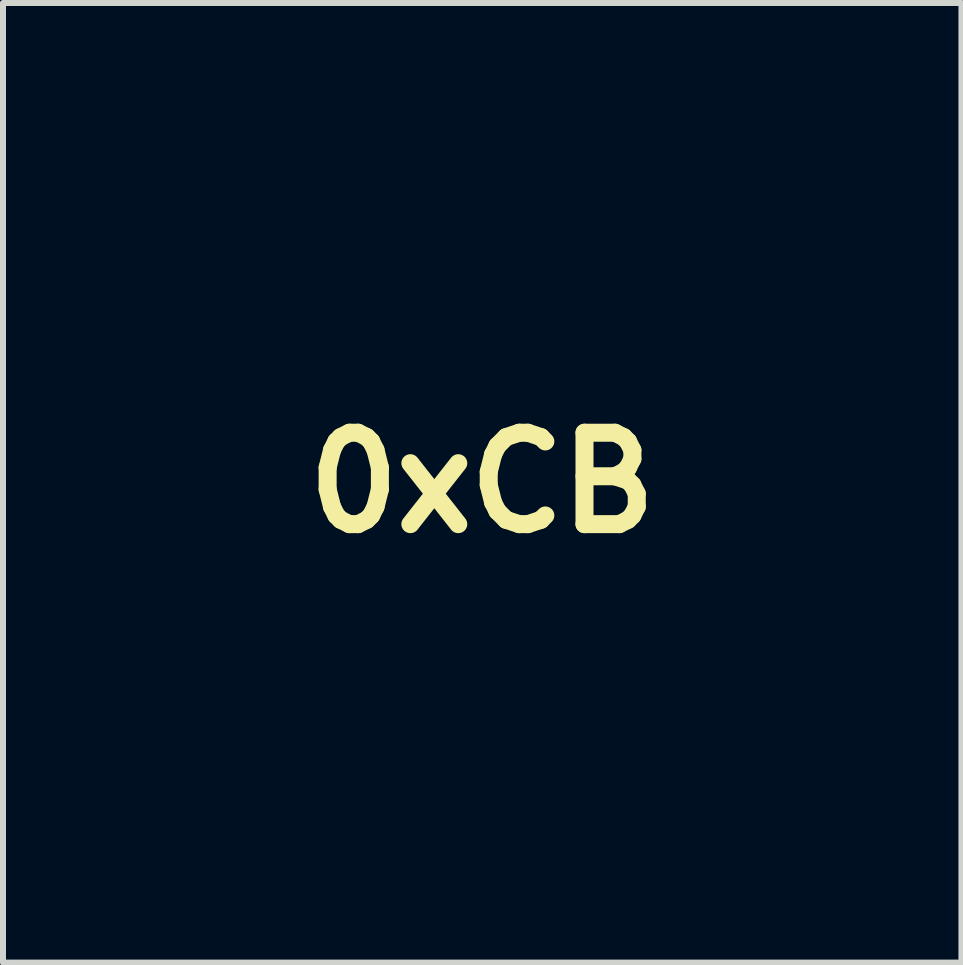
<source format=kicad_pcb>
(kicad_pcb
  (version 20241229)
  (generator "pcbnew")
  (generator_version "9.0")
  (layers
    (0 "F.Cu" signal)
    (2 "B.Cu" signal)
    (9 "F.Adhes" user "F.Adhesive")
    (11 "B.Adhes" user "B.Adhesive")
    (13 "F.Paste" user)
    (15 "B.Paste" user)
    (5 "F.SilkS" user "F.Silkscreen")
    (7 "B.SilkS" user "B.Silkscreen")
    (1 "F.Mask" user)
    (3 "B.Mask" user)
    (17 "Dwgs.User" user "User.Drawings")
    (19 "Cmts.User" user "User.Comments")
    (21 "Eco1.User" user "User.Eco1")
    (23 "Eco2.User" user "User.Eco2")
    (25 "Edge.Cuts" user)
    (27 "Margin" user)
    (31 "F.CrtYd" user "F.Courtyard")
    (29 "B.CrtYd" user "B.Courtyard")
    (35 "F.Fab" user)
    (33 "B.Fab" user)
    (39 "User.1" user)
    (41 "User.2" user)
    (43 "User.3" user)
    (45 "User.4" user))
  (footprint "0xCB"
    (layer "F.Cu")
    (at 4.988 4.998)
    (property "Reference" "0xCB" (at 0 0 0) (layer "F.SilkS") (effects (font (size 1.524 1.524) (thickness 0.3))))
    (attr board_only exclude_from_pos_files exclude_from_bom)
    (fp_poly (pts (xy 1.555 1.043) (xy 1.21 1.206) (xy 1.133 1.242) (xy 1.061 1.276) (xy 0.997 1.306) (xy 0.943 1.331) (xy 0.9 1.351) (xy 0.871 1.364) (xy 0.858 1.369) (xy 0.858 1.369) (xy 0.856 1.36) (xy 0.855 1.332) (xy 0.853 1.288) (xy 0.852 1.23) (xy 0.851 1.159) (xy 0.851 1.078) (xy 0.85 0.988) (xy 0.85 0.892) (xy 0.85 0.87) (xy 0.85 0.37) (xy 1.56 0.37)) (stroke (width 0) (type solid)) (fill yes) (layer "F.Mask"))
    (fp_poly (pts (xy 0.868 -1.175) (xy 0.88 -1.17) (xy 0.909 -1.157) (xy 0.952 -1.137) (xy 1.006 -1.112) (xy 1.07 -1.083) (xy 1.142 -1.05) (xy 1.219 -1.014) (xy 1.222 -1.013) (xy 1.56 -0.857) (xy 1.56 -0.19) (xy 0.85 -0.19) (xy 0.85 -0.686) (xy 0.85 -0.798) (xy 0.85 -0.893) (xy 0.85 -0.97) (xy 0.851 -1.032) (xy 0.852 -1.08) (xy 0.853 -1.117) (xy 0.854 -1.143) (xy 0.856 -1.16) (xy 0.859 -1.171) (xy 0.862 -1.175) (xy 0.865 -1.176)) (stroke (width 0) (type solid)) (fill yes) (layer "F.Mask"))
    (fp_poly (pts (xy -2.623 -4.998) (xy -2.56 -4.989) (xy -2.503 -4.97) (xy -2.444 -4.938) (xy -2.433 -4.931) (xy -2.367 -4.878) (xy -2.312 -4.81) (xy -2.272 -4.734) (xy -2.263 -4.711) (xy -2.241 -4.645) (xy -1.603 -4.64) (xy -1.467 -4.639) (xy -1.35 -4.638) (xy -1.25 -4.636) (xy -1.167 -4.635) (xy -1.098 -4.633) (xy -1.044 -4.632) (xy -1.003 -4.63) (xy -0.973 -4.628) (xy -0.954 -4.625) (xy -0.943 -4.623) (xy -0.943 -4.622) (xy -0.934 -4.617) (xy -0.926 -4.613) (xy -0.92 -4.607) (xy -0.914 -4.599) (xy -0.909 -4.588) (xy -0.905 -4.572) (xy -0.901 -4.55) (xy -0.898 -4.521) (xy -0.896 -4.484) (xy -0.894 -4.437) (xy -0.892 -4.38) (xy -0.891 -4.312) (xy -0.891 -4.23) (xy -0.89 -4.134) (xy -0.89 -4.023) (xy -0.89 -3.895) (xy -0.89 -3.749) (xy -0.89 -3.597) (xy -0.89 -2.643) (xy -0.782 -2.696) (xy -0.662 -2.749) (xy -0.543 -2.785) (xy -0.418 -2.808) (xy -0.39 -2.811) (xy -0.32 -2.817) (xy -0.257 -2.816) (xy -0.196 -2.809) (xy -0.129 -2.794) (xy -0.057 -2.774) (xy 0.028 -2.747) (xy 0.092 -2.773) (xy 0.193 -2.804) (xy 0.297 -2.819) (xy 0.406 -2.816) (xy 0.52 -2.797) (xy 0.641 -2.76) (xy 0.77 -2.705) (xy 0.803 -2.689) (xy 0.847 -2.667) (xy 0.885 -2.649) (xy 0.912 -2.636) (xy 0.925 -2.63) (xy 0.926 -2.63) (xy 0.926 -2.64) (xy 0.927 -2.668) (xy 0.927 -2.714) (xy 0.928 -2.775) (xy 0.928 -2.852) (xy 0.929 -2.941) (xy 0.929 -3.042) (xy 0.93 -3.153) (xy 0.93 -3.274) (xy 0.93 -3.402) (xy 0.93 -3.537) (xy 0.93 -3.589) (xy 0.93 -3.768) (xy 0.93 -3.928) (xy 0.931 -4.069) (xy 0.931 -4.192) (xy 0.932 -4.296) (xy 0.933 -4.384) (xy 0.935 -4.455) (xy 0.936 -4.509) (xy 0.938 -4.548) (xy 0.939 -4.565) (xy 2.441 -4.565) (xy 2.447 -4.5) (xy 2.468 -4.44) (xy 2.501 -4.388) (xy 2.545 -4.344) (xy 2.597 -4.312) (xy 2.655 -4.293) (xy 2.717 -4.289) (xy 2.781 -4.303) (xy 2.8 -4.311) (xy 2.86 -4.347) (xy 2.907 -4.396) (xy 2.94 -4.453) (xy 2.957 -4.516) (xy 2.958 -4.581) (xy 2.941 -4.645) (xy 2.939 -4.65) (xy 2.901 -4.712) (xy 2.85 -4.76) (xy 2.79 -4.792) (xy 2.723 -4.808) (xy 2.651 -4.806) (xy 2.616 -4.798) (xy 2.579 -4.78) (xy 2.539 -4.749) (xy 2.501 -4.711) (xy 2.471 -4.671) (xy 2.452 -4.635) (xy 2.452 -4.634) (xy 2.441 -4.565) (xy 0.939 -4.565) (xy 0.94 -4.571) (xy 0.941 -4.579) (xy 0.955 -4.605) (xy 0.974 -4.623) (xy 0.974 -4.623) (xy 0.983 -4.625) (xy 1.004 -4.628) (xy 1.036 -4.63) (xy 1.081 -4.632) (xy 1.14 -4.634) (xy 1.213 -4.635) (xy 1.303 -4.637) (xy 1.409 -4.638) (xy 1.534 -4.639) (xy 1.634 -4.64) (xy 2.272 -4.645) (xy 2.29 -4.702) (xy 2.325 -4.786) (xy 2.376 -4.857) (xy 2.443 -4.917) (xy 2.52 -4.963) (xy 2.548 -4.977) (xy 2.572 -4.986) (xy 2.597 -4.991) (xy 2.627 -4.994) (xy 2.669 -4.995) (xy 2.705 -4.995) (xy 2.756 -4.995) (xy 2.794 -4.993) (xy 2.821 -4.99) (xy 2.845 -4.983) (xy 2.871 -4.972) (xy 2.893 -4.962) (xy 2.971 -4.913) (xy 3.037 -4.848) (xy 3.09 -4.769) (xy 3.099 -4.751) (xy 3.115 -4.715) (xy 3.126 -4.687) (xy 3.132 -4.661) (xy 3.134 -4.628) (xy 3.135 -4.584) (xy 3.135 -4.57) (xy 3.131 -4.495) (xy 3.12 -4.434) (xy 3.1 -4.38) (xy 3.068 -4.326) (xy 3.052 -4.305) (xy 2.99 -4.239) (xy 2.919 -4.188) (xy 2.842 -4.154) (xy 2.761 -4.136) (xy 2.679 -4.133) (xy 2.598 -4.145) (xy 2.52 -4.173) (xy 2.448 -4.215) (xy 2.384 -4.272) (xy 2.331 -4.343) (xy 2.309 -4.385) (xy 2.278 -4.45) (xy 1.12 -4.45) (xy 1.122 -3.478) (xy 1.125 -2.505) (xy 1.715 -2.163) (xy 1.816 -2.104) (xy 1.914 -2.047) (xy 2.006 -1.993) (xy 2.092 -1.943) (xy 2.168 -1.897) (xy 2.235 -1.858) (xy 2.29 -1.825) (xy 2.331 -1.8) (xy 2.358 -1.783) (xy 2.365 -1.778) (xy 2.475 -1.689) (xy 2.572 -1.585) (xy 2.654 -1.468) (xy 2.722 -1.339) (xy 2.736 -1.306) (xy 2.768 -1.225) (xy 3.559 -1.222) (xy 4.35 -1.22) (xy 4.35 -2.378) (xy 4.285 -2.408) (xy 4.209 -2.454) (xy 4.145 -2.514) (xy 4.094 -2.586) (xy 4.058 -2.665) (xy 4.038 -2.75) (xy 4.036 -2.804) (xy 4.191 -2.804) (xy 4.199 -2.735) (xy 4.223 -2.672) (xy 4.262 -2.618) (xy 4.312 -2.576) (xy 4.372 -2.547) (xy 4.437 -2.534) (xy 4.474 -2.535) (xy 4.512 -2.542) (xy 4.555 -2.556) (xy 4.578 -2.566) (xy 4.635 -2.605) (xy 4.678 -2.656) (xy 4.707 -2.719) (xy 4.718 -2.789) (xy 4.718 -2.8) (xy 4.709 -2.873) (xy 4.683 -2.937) (xy 4.64 -2.991) (xy 4.582 -3.032) (xy 4.574 -3.036) (xy 4.506 -3.059) (xy 4.439 -3.064) (xy 4.375 -3.053) (xy 4.316 -3.026) (xy 4.266 -2.987) (xy 4.226 -2.935) (xy 4.2 -2.873) (xy 4.191 -2.804) (xy 4.036 -2.804) (xy 4.036 -2.837) (xy 4.04 -2.87) (xy 4.063 -2.959) (xy 4.101 -3.036) (xy 4.152 -3.101) (xy 4.212 -3.154) (xy 4.28 -3.194) (xy 4.353 -3.222) (xy 4.431 -3.236) (xy 4.509 -3.237) (xy 4.587 -3.224) (xy 4.661 -3.197) (xy 4.731 -3.155) (xy 4.793 -3.098) (xy 4.846 -3.026) (xy 4.861 -2.998) (xy 4.893 -2.914) (xy 4.907 -2.827) (xy 4.903 -2.742) (xy 4.883 -2.659) (xy 4.848 -2.582) (xy 4.798 -2.513) (xy 4.735 -2.455) (xy 4.659 -2.409) (xy 4.614 -2.391) (xy 4.555 -2.371) (xy 4.55 -1.731) (xy 4.545 -1.09) (xy 4.49 -1.035) (xy 2.815 -1.03) (xy 2.812 -0.61) (xy 2.809 -0.19) (xy 3.465 -0.192) (xy 4.121 -0.195) (xy 4.138 -0.245) (xy 4.177 -0.33) (xy 4.229 -0.403) (xy 4.294 -0.462) (xy 4.368 -0.507) (xy 4.449 -0.536) (xy 4.536 -0.548) (xy 4.621 -0.542) (xy 4.711 -0.517) (xy 4.792 -0.476) (xy 4.861 -0.421) (xy 4.918 -0.353) (xy 4.959 -0.274) (xy 4.975 -0.225) (xy 4.989 -0.134) (xy 4.984 -0.045) (xy 4.962 0.039) (xy 4.925 0.117) (xy 4.873 0.185) (xy 4.808 0.243) (xy 4.731 0.287) (xy 4.644 0.316) (xy 4.62 0.32) (xy 4.532 0.325) (xy 4.446 0.312) (xy 4.365 0.281) (xy 4.29 0.236) (xy 4.225 0.176) (xy 4.174 0.105) (xy 4.158 0.075) (xy 4.128 0.01) (xy 3.471 0.01) (xy 2.813 0.01) (xy 2.807 0.182) (xy 2.805 0.249) (xy 2.803 0.329) (xy 2.801 0.415) (xy 2.8 0.501) (xy 2.8 0.572) (xy 2.8 0.79) (xy 4.49 0.795) (xy 4.545 0.85) (xy 4.555 2.161) (xy 4.614 2.181) (xy 4.696 2.219) (xy 4.766 2.271) (xy 4.824 2.336) (xy 4.868 2.411) (xy 4.897 2.493) (xy 4.908 2.58) (xy 4.902 2.66) (xy 4.878 2.749) (xy 4.839 2.827) (xy 4.787 2.893) (xy 4.725 2.947) (xy 4.654 2.988) (xy 4.578 3.015) (xy 4.498 3.028) (xy 4.416 3.026) (xy 4.335 3.008) (xy 4.257 2.974) (xy 4.184 2.922) (xy 4.161 2.9) (xy 4.105 2.831) (xy 4.065 2.754) (xy 4.042 2.672) (xy 4.036 2.589) (xy 4.037 2.576) (xy 4.201 2.576) (xy 4.207 2.643) (xy 4.229 2.705) (xy 4.265 2.759) (xy 4.313 2.803) (xy 4.371 2.834) (xy 4.437 2.849) (xy 4.46 2.85) (xy 4.516 2.843) (xy 4.56 2.829) (xy 4.62 2.793) (xy 4.667 2.744) (xy 4.7 2.687) (xy 4.717 2.624) (xy 4.718 2.559) (xy 4.701 2.495) (xy 4.699 2.49) (xy 4.661 2.428) (xy 4.61 2.38) (xy 4.55 2.348) (xy 4.483 2.332) (xy 4.411 2.334) (xy 4.376 2.342) (xy 4.339 2.36) (xy 4.299 2.391) (xy 4.261 2.429) (xy 4.231 2.469) (xy 4.212 2.505) (xy 4.212 2.506) (xy 4.201 2.576) (xy 4.037 2.576) (xy 4.045 2.506) (xy 4.069 2.426) (xy 4.108 2.351) (xy 4.162 2.285) (xy 4.23 2.23) (xy 4.277 2.203) (xy 4.35 2.167) (xy 4.35 0.99) (xy 2.803 0.99) (xy 2.797 1.133) (xy 2.786 1.268) (xy 2.766 1.389) (xy 2.736 1.498) (xy 2.695 1.597) (xy 2.664 1.655) (xy 2.624 1.713) (xy 2.572 1.776) (xy 2.514 1.837) (xy 2.453 1.892) (xy 2.397 1.936) (xy 2.396 1.936) (xy 2.377 1.948) (xy 2.343 1.968) (xy 2.295 1.997) (xy 2.234 2.033) (xy 2.162 2.076) (xy 2.08 2.124) (xy 1.991 2.176) (xy 1.896 2.232) (xy 1.796 2.29) (xy 1.736 2.325) (xy 1.135 2.675) (xy 1.132 3.513) (xy 1.13 4.35) (xy 1.705 4.35) (xy 1.827 4.35) (xy 1.931 4.35) (xy 2.017 4.35) (xy 2.088 4.349) (xy 2.146 4.348) (xy 2.191 4.348) (xy 2.225 4.346) (xy 2.249 4.345) (xy 2.266 4.343) (xy 2.277 4.34) (xy 2.283 4.337) (xy 2.286 4.334) (xy 2.286 4.332) (xy 2.308 4.278) (xy 2.339 4.222) (xy 2.374 4.171) (xy 2.4 4.14) (xy 2.47 4.083) (xy 2.547 4.044) (xy 2.628 4.021) (xy 2.711 4.014) (xy 2.793 4.023) (xy 2.872 4.046) (xy 2.946 4.085) (xy 3.012 4.137) (xy 3.068 4.202) (xy 3.111 4.281) (xy 3.122 4.308) (xy 3.137 4.372) (xy 3.143 4.446) (xy 3.138 4.52) (xy 3.124 4.586) (xy 3.122 4.592) (xy 3.082 4.675) (xy 3.029 4.745) (xy 2.964 4.803) (xy 2.89 4.846) (xy 2.809 4.875) (xy 2.724 4.887) (xy 2.637 4.881) (xy 2.557 4.86) (xy 2.473 4.818) (xy 2.402 4.76) (xy 2.344 4.688) (xy 2.304 4.612) (xy 2.281 4.555) (xy 1.636 4.55) (xy 0.99 4.545) (xy 0.963 4.517) (xy 0.935 4.49) (xy 0.935 4.471) (xy 2.445 4.471) (xy 2.457 4.536) (xy 2.483 4.594) (xy 2.523 4.644) (xy 2.575 4.683) (xy 2.637 4.709) (xy 2.707 4.718) (xy 2.71 4.718) (xy 2.748 4.716) (xy 2.783 4.711) (xy 2.797 4.707) (xy 2.861 4.673) (xy 2.912 4.626) (xy 2.95 4.567) (xy 2.971 4.501) (xy 2.975 4.455) (xy 2.966 4.384) (xy 2.939 4.321) (xy 2.899 4.268) (xy 2.845 4.227) (xy 2.782 4.201) (xy 2.711 4.192) (xy 2.71 4.192) (xy 2.637 4.201) (xy 2.573 4.227) (xy 2.519 4.27) (xy 2.478 4.328) (xy 2.474 4.336) (xy 2.451 4.404) (xy 2.445 4.471) (xy 0.935 4.471) (xy 0.925 2.793) (xy 0.84 2.844) (xy 0.747 2.892) (xy 0.646 2.931) (xy 0.539 2.961) (xy 0.432 2.981) (xy 0.326 2.99) (xy 0.228 2.988) (xy 0.139 2.973) (xy 0.113 2.966) (xy 0.09 2.959) (xy 0.09 3.545) (xy 0.09 3.668) (xy 0.09 3.773) (xy 0.09 3.86) (xy 0.091 3.933) (xy 0.091 3.991) (xy 0.092 4.037) (xy 0.094 4.072) (xy 0.095 4.097) (xy 0.097 4.115) (xy 0.1 4.126) (xy 0.103 4.133) (xy 0.106 4.136) (xy 0.107 4.136) (xy 0.196 4.175) (xy 0.272 4.228) (xy 0.335 4.294) (xy 0.383 4.371) (xy 0.414 4.457) (xy 0.423 4.502) (xy 0.426 4.59) (xy 0.411 4.676) (xy 0.379 4.756) (xy 0.332 4.828) (xy 0.273 4.89) (xy 0.201 4.94) (xy 0.121 4.975) (xy 0.059 4.989) (xy 0.02 4.995) (xy -0.007 4.998) (xy -0.031 4.997) (xy -0.06 4.993) (xy -0.08 4.99) (xy -0.168 4.965) (xy -0.247 4.924) (xy -0.315 4.87) (xy -0.371 4.804) (xy -0.412 4.729) (xy -0.439 4.648) (xy -0.448 4.561) (xy -0.445 4.536) (xy -0.259 4.536) (xy -0.253 4.603) (xy -0.231 4.665) (xy -0.195 4.719) (xy -0.147 4.763) (xy -0.089 4.794) (xy -0.023 4.809) (xy 0 4.81) (xy 0.056 4.803) (xy 0.1 4.789) (xy 0.16 4.753) (xy 0.207 4.704) (xy 0.24 4.647) (xy 0.257 4.584) (xy 0.258 4.519) (xy 0.241 4.455) (xy 0.239 4.45) (xy 0.201 4.388) (xy 0.15 4.34) (xy 0.09 4.308) (xy 0.023 4.292) (xy -0.049 4.294) (xy -0.084 4.302) (xy -0.121 4.32) (xy -0.161 4.351) (xy -0.199 4.389) (xy -0.229 4.429) (xy -0.248 4.465) (xy -0.248 4.466) (xy -0.259 4.536) (xy -0.445 4.536) (xy -0.442 4.493) (xy -0.417 4.403) (xy -0.375 4.322) (xy -0.318 4.252) (xy -0.247 4.193) (xy -0.163 4.149) (xy -0.128 4.136) (xy -0.124 4.134) (xy -0.121 4.129) (xy -0.118 4.12) (xy -0.116 4.105) (xy -0.114 4.082) (xy -0.113 4.051) (xy -0.112 4.009) (xy -0.111 3.956) (xy -0.111 3.888) (xy -0.11 3.806) (xy -0.11 3.708) (xy -0.11 3.591) (xy -0.11 3.556) (xy -0.11 2.982) (xy -0.16 2.998) (xy -0.211 3.007) (xy -0.276 3.007) (xy -0.351 3) (xy -0.434 2.985) (xy -0.521 2.963) (xy -0.609 2.936) (xy -0.685 2.906) (xy -0.733 2.885) (xy -0.779 2.862) (xy -0.818 2.842) (xy -0.835 2.832) (xy -0.885 2.801) (xy -0.895 4.49) (xy -0.923 4.517) (xy -0.95 4.545) (xy -2.261 4.555) (xy -2.278 4.605) (xy -2.317 4.69) (xy -2.369 4.762) (xy -2.433 4.822) (xy -2.508 4.867) (xy -2.589 4.896) (xy -2.676 4.908) (xy -2.76 4.902) (xy -2.849 4.878) (xy -2.927 4.839) (xy -2.993 4.787) (xy -3.048 4.725) (xy -3.089 4.654) (xy -3.116 4.578) (xy -3.129 4.498) (xy -3.128 4.471) (xy -2.955 4.471) (xy -2.943 4.536) (xy -2.917 4.594) (xy -2.877 4.644) (xy -2.825 4.683) (xy -2.763 4.709) (xy -2.693 4.718) (xy -2.69 4.718) (xy -2.652 4.716) (xy -2.617 4.711) (xy -2.603 4.707) (xy -2.539 4.673) (xy -2.488 4.627) (xy -2.451 4.571) (xy -2.43 4.507) (xy -2.426 4.44) (xy -2.44 4.371) (xy -2.454 4.336) (xy -2.494 4.277) (xy -2.546 4.232) (xy -2.609 4.203) (xy -2.68 4.192) (xy -2.69 4.192) (xy -2.763 4.201) (xy -2.827 4.227) (xy -2.881 4.27) (xy -2.922 4.328) (xy -2.926 4.336) (xy -2.949 4.404) (xy -2.955 4.471) (xy -3.128 4.471) (xy -3.127 4.416) (xy -3.109 4.335) (xy -3.074 4.257) (xy -3.022 4.184) (xy -3 4.161) (xy -2.931 4.105) (xy -2.854 4.065) (xy -2.772 4.042) (xy -2.689 4.036) (xy -2.606 4.045) (xy -2.526 4.069) (xy -2.451 4.108) (xy -2.385 4.162) (xy -2.33 4.23) (xy -2.303 4.277) (xy -2.267 4.35) (xy -1.08 4.35) (xy -1.082 3.518) (xy -1.085 2.686) (xy -1.696 2.345) (xy -1.8 2.288) (xy -1.9 2.232) (xy -1.994 2.179) (xy -2.081 2.13) (xy -2.16 2.085) (xy -2.229 2.046) (xy -2.285 2.014) (xy -2.329 1.989) (xy -2.357 1.972) (xy -2.366 1.966) (xy -2.42 1.926) (xy -2.478 1.875) (xy -2.535 1.818) (xy -2.586 1.762) (xy -2.616 1.724) (xy -2.678 1.622) (xy -2.727 1.507) (xy -2.762 1.384) (xy -2.782 1.255) (xy -2.787 1.125) (xy -2.784 1.083) (xy -2.778 0.99) (xy -4.35 0.99) (xy -4.35 2.167) (xy -4.277 2.203) (xy -4.199 2.252) (xy -4.136 2.313) (xy -4.088 2.385) (xy -4.054 2.464) (xy -4.038 2.549) (xy -4.038 2.637) (xy -4.056 2.725) (xy -4.081 2.788) (xy -4.128 2.863) (xy -4.187 2.924) (xy -4.256 2.972) (xy -4.332 3.005) (xy -4.412 3.024) (xy -4.495 3.028) (xy -4.577 3.017) (xy -4.656 2.99) (xy -4.729 2.947) (xy -4.794 2.887) (xy -4.795 2.886) (xy -4.849 2.811) (xy -4.886 2.73) (xy -4.905 2.647) (xy -4.906 2.586) (xy -4.719 2.586) (xy -4.711 2.655) (xy -4.687 2.718) (xy -4.648 2.772) (xy -4.598 2.814) (xy -4.538 2.843) (xy -4.473 2.856) (xy -4.436 2.855) (xy -4.398 2.848) (xy -4.355 2.834) (xy -4.332 2.824) (xy -4.275 2.785) (xy -4.232 2.734) (xy -4.203 2.671) (xy -4.192 2.601) (xy -4.192 2.59) (xy -4.201 2.517) (xy -4.227 2.453) (xy -4.27 2.399) (xy -4.328 2.358) (xy -4.336 2.354) (xy -4.404 2.331) (xy -4.471 2.326) (xy -4.535 2.337) (xy -4.594 2.364) (xy -4.644 2.403) (xy -4.684 2.455) (xy -4.71 2.517) (xy -4.719 2.586) (xy -4.906 2.586) (xy -4.907 2.563) (xy -4.893 2.481) (xy -4.864 2.403) (xy -4.82 2.331) (xy -4.762 2.269) (xy -4.69 2.217) (xy -4.605 2.178) (xy -4.605 2.178) (xy -4.555 2.161) (xy -4.545 0.85) (xy -4.517 0.823) (xy -4.49 0.795) (xy -2.78 0.79) (xy -2.78 0.4) (xy -2.78 0.01) (xy -4.127 0.01) (xy -4.163 0.083) (xy -4.212 0.161) (xy -4.273 0.224) (xy -4.345 0.272) (xy -4.424 0.306) (xy -4.509 0.322) (xy -4.597 0.322) (xy -4.685 0.304) (xy -4.748 0.279) (xy -4.823 0.232) (xy -4.884 0.173) (xy -4.932 0.104) (xy -4.965 0.028) (xy -4.984 -0.052) (xy -4.985 -0.079) (xy -4.815 -0.079) (xy -4.803 -0.014) (xy -4.777 0.044) (xy -4.737 0.094) (xy -4.685 0.133) (xy -4.623 0.159) (xy -4.553 0.168) (xy -4.55 0.168) (xy -4.512 0.166) (xy -4.477 0.161) (xy -4.463 0.157) (xy -4.399 0.123) (xy -4.348 0.077) (xy -4.311 0.021) (xy -4.298 -0.02) (xy -2.18 -0.02) (xy -2.18 0.095) (xy -2.18 0.266) (xy -2.18 0.419) (xy -2.179 0.554) (xy -2.179 0.672) (xy -2.179 0.776) (xy -2.178 0.865) (xy -2.177 0.942) (xy -2.175 1.007) (xy -2.173 1.063) (xy -2.171 1.109) (xy -2.168 1.147) (xy -2.165 1.179) (xy -2.16 1.206) (xy -2.156 1.228) (xy -2.15 1.248) (xy -2.144 1.266) (xy -2.136 1.283) (xy -2.128 1.301) (xy -2.125 1.307) (xy -2.113 1.332) (xy -2.099 1.356) (xy -2.082 1.379) (xy -2.061 1.402) (xy -2.033 1.426) (xy -1.999 1.452) (xy -1.956 1.482) (xy -1.903 1.517) (xy -1.838 1.556) (xy -1.76 1.603) (xy -1.667 1.656) (xy -1.559 1.719) (xy -1.549 1.724) (xy -1.462 1.774) (xy -1.379 1.822) (xy -1.302 1.867) (xy -1.232 1.907) (xy -1.171 1.943) (xy -1.122 1.971) (xy -1.087 1.992) (xy -1.066 2.005) (xy -1.065 2.006) (xy -1.046 2.017) (xy -1.013 2.036) (xy -0.968 2.062) (xy -0.914 2.093) (xy -0.853 2.127) (xy -0.787 2.164) (xy -0.719 2.202) (xy -0.652 2.24) (xy -0.587 2.276) (xy -0.527 2.309) (xy -0.475 2.337) (xy -0.434 2.36) (xy -0.404 2.375) (xy -0.39 2.383) (xy -0.39 2.383) (xy -0.36 2.388) (xy -0.32 2.388) (xy -0.28 2.383) (xy -0.257 2.376) (xy -0.217 2.351) (xy -0.184 2.312) (xy -0.162 2.266) (xy -0.16 2.262) (xy -0.158 2.245) (xy -0.157 2.207) (xy -0.155 2.15) (xy -0.154 2.074) (xy -0.153 1.979) (xy -0.152 1.865) (xy -0.151 1.733) (xy -0.15 1.582) (xy -0.15 1.413) (xy -0.15 1.308) (xy -0.15 0.39) (xy -0.829 0.39) (xy -0.832 0.819) (xy -0.835 1.248) (xy -0.859 1.274) (xy -0.894 1.299) (xy -0.937 1.307) (xy -0.99 1.299) (xy -1.008 1.294) (xy -1.032 1.284) (xy -1.071 1.266) (xy -1.121 1.241) (xy -1.18 1.211) (xy -1.244 1.178) (xy -1.302 1.146) (xy -1.54 1.018) (xy -1.54 0.017) (xy 0.18 0.017) (xy 0.18 0.087) (xy 0.18 0.333) (xy 0.18 0.561) (xy 0.18 0.771) (xy 0.18 0.962) (xy 0.18 1.137) (xy 0.18 1.296) (xy 0.181 1.439) (xy 0.181 1.569) (xy 0.181 1.684) (xy 0.182 1.786) (xy 0.182 1.877) (xy 0.183 1.956) (xy 0.183 2.024) (xy 0.184 2.083) (xy 0.185 2.133) (xy 0.186 2.175) (xy 0.187 2.209) (xy 0.188 2.237) (xy 0.189 2.259) (xy 0.19 2.275) (xy 0.192 2.288) (xy 0.194 2.297) (xy 0.195 2.304) (xy 0.197 2.309) (xy 0.198 2.309) (xy 0.229 2.351) (xy 0.273 2.38) (xy 0.323 2.393) (xy 0.376 2.391) (xy 0.415 2.377) (xy 0.426 2.371) (xy 0.454 2.356) (xy 0.496 2.331) (xy 0.552 2.299) (xy 0.62 2.26) (xy 0.7 2.215) (xy 0.789 2.163) (xy 0.886 2.107) (xy 0.992 2.047) (xy 1.103 1.982) (xy 1.219 1.915) (xy 1.234 1.906) (xy 1.38 1.822) (xy 1.509 1.747) (xy 1.623 1.681) (xy 1.722 1.623) (xy 1.807 1.573) (xy 1.879 1.53) (xy 1.939 1.494) (xy 1.987 1.464) (xy 2.026 1.439) (xy 2.055 1.42) (xy 2.075 1.405) (xy 2.086 1.395) (xy 2.101 1.381) (xy 2.114 1.369) (xy 2.125 1.356) (xy 2.135 1.343) (xy 2.143 1.326) (xy 2.15 1.306) (xy 2.156 1.281) (xy 2.161 1.249) (xy 2.165 1.209) (xy 2.168 1.16) (xy 2.171 1.101) (xy 2.173 1.03) (xy 2.175 0.945) (xy 2.177 0.846) (xy 2.178 0.732) (xy 2.179 0.6) (xy 2.181 0.45) (xy 2.181 0.42) (xy 2.183 0.283) (xy 2.184 0.145) (xy 2.185 0.006) (xy 2.186 -0.079) (xy 4.285 -0.079) (xy 4.297 -0.014) (xy 4.323 0.044) (xy 4.363 0.094) (xy 4.415 0.133) (xy 4.477 0.159) (xy 4.547 0.168) (xy 4.55 0.168) (xy 4.588 0.166) (xy 4.623 0.161) (xy 4.637 0.157) (xy 4.701 0.123) (xy 4.752 0.076) (xy 4.79 0.017) (xy 4.811 -0.049) (xy 4.815 -0.095) (xy 4.806 -0.166) (xy 4.779 -0.229) (xy 4.739 -0.282) (xy 4.685 -0.323) (xy 4.622 -0.349) (xy 4.551 -0.358) (xy 4.55 -0.358) (xy 4.477 -0.349) (xy 4.413 -0.323) (xy 4.359 -0.28) (xy 4.318 -0.222) (xy 4.314 -0.214) (xy 4.291 -0.146) (xy 4.285 -0.079) (xy 2.186 -0.079) (xy 2.186 -0.13) (xy 2.187 -0.26) (xy 2.188 -0.383) (xy 2.188 -0.495) (xy 2.188 -0.595) (xy 2.188 -0.679) (xy 2.188 -0.745) (xy 2.187 -0.838) (xy 2.186 -0.913) (xy 2.185 -0.973) (xy 2.184 -1.019) (xy 2.182 -1.054) (xy 2.18 -1.08) (xy 2.177 -1.1) (xy 2.173 -1.115) (xy 2.168 -1.129) (xy 2.162 -1.142) (xy 2.16 -1.145) (xy 2.152 -1.163) (xy 2.142 -1.179) (xy 2.132 -1.195) (xy 2.119 -1.211) (xy 2.103 -1.227) (xy 2.082 -1.245) (xy 2.056 -1.265) (xy 2.023 -1.288) (xy 1.982 -1.315) (xy 1.933 -1.345) (xy 1.874 -1.38) (xy 1.804 -1.421) (xy 1.722 -1.467) (xy 1.627 -1.521) (xy 1.519 -1.582) (xy 1.395 -1.651) (xy 1.255 -1.729) (xy 1.209 -1.755) (xy 1.071 -1.832) (xy 0.949 -1.9) (xy 0.842 -1.96) (xy 0.749 -2.011) (xy 0.669 -2.055) (xy 0.601 -2.093) (xy 0.544 -2.124) (xy 0.497 -2.149) (xy 0.458 -2.169) (xy 0.427 -2.184) (xy 0.402 -2.196) (xy 0.382 -2.204) (xy 0.367 -2.21) (xy 0.355 -2.213) (xy 0.344 -2.214) (xy 0.335 -2.215) (xy 0.33 -2.215) (xy 0.275 -2.207) (xy 0.232 -2.184) (xy 0.2 -2.144) (xy 0.196 -2.136) (xy 0.194 -2.131) (xy 0.193 -2.124) (xy 0.191 -2.113) (xy 0.19 -2.097) (xy 0.188 -2.077) (xy 0.187 -2.052) (xy 0.186 -2.019) (xy 0.185 -1.98) (xy 0.184 -1.932) (xy 0.184 -1.876) (xy 0.183 -1.81) (xy 0.182 -1.734) (xy 0.182 -1.646) (xy 0.181 -1.546) (xy 0.181 -1.434) (xy 0.181 -1.308) (xy 0.181 -1.168) (xy 0.18 -1.013) (xy 0.18 -0.842) (xy 0.18 -0.654) (xy 0.18 -0.449) (xy 0.18 -0.226) (xy 0.18 0.017) (xy -1.54 0.017) (xy -1.54 -0.838) (xy -1.311 -0.964) (xy -1.247 -0.999) (xy -1.186 -1.032) (xy -1.132 -1.061) (xy -1.087 -1.085) (xy -1.054 -1.102) (xy -1.038 -1.11) (xy -0.999 -1.123) (xy -0.954 -1.129) (xy -0.912 -1.128) (xy -0.881 -1.12) (xy -0.879 -1.12) (xy -0.868 -1.113) (xy -0.858 -1.105) (xy -0.85 -1.093) (xy -0.844 -1.077) (xy -0.839 -1.054) (xy -0.836 -1.022) (xy -0.833 -0.98) (xy -0.832 -0.926) (xy -0.831 -0.858) (xy -0.83 -0.774) (xy -0.83 -0.672) (xy -0.83 -0.635) (xy -0.83 -0.22) (xy -0.15 -0.22) (xy -0.15 -1.133) (xy -0.15 -1.312) (xy -0.15 -1.472) (xy -0.151 -1.612) (xy -0.152 -1.734) (xy -0.153 -1.837) (xy -0.154 -1.922) (xy -0.155 -1.988) (xy -0.157 -2.038) (xy -0.159 -2.07) (xy -0.161 -2.084) (xy -0.185 -2.137) (xy -0.221 -2.179) (xy -0.267 -2.207) (xy -0.318 -2.218) (xy -0.345 -2.216) (xy -0.365 -2.21) (xy -0.401 -2.195) (xy -0.449 -2.171) (xy -0.508 -2.141) (xy -0.576 -2.106) (xy -0.651 -2.066) (xy -0.73 -2.022) (xy -0.812 -1.977) (xy -0.895 -1.93) (xy -0.976 -1.884) (xy -1.053 -1.838) (xy -1.075 -1.825) (xy -1.11 -1.805) (xy -1.159 -1.776) (xy -1.221 -1.74) (xy -1.292 -1.698) (xy -1.371 -1.653) (xy -1.455 -1.604) (xy -1.541 -1.555) (xy -1.585 -1.529) (xy -1.688 -1.47) (xy -1.776 -1.419) (xy -1.849 -1.375) (xy -1.909 -1.338) (xy -1.958 -1.306) (xy -1.998 -1.278) (xy -2.029 -1.252) (xy -2.054 -1.229) (xy -2.074 -1.205) (xy -2.091 -1.181) (xy -2.106 -1.155) (xy -2.115 -1.136) (xy -2.125 -1.115) (xy -2.134 -1.097) (xy -2.142 -1.078) (xy -2.149 -1.059) (xy -2.155 -1.038) (xy -2.16 -1.014) (xy -2.165 -0.985) (xy -2.168 -0.95) (xy -2.171 -0.909) (xy -2.174 -0.859) (xy -2.176 -0.8) (xy -2.177 -0.73) (xy -2.178 -0.648) (xy -2.179 -0.554) (xy -2.179 -0.445) (xy -2.18 -0.32) (xy -2.18 -0.179) (xy -2.18 -0.02) (xy -4.298 -0.02) (xy -4.29 -0.043) (xy -4.286 -0.11) (xy -4.3 -0.179) (xy -4.314 -0.214) (xy -4.354 -0.273) (xy -4.406 -0.318) (xy -4.469 -0.347) (xy -4.54 -0.358) (xy -4.55 -0.358) (xy -4.623 -0.349) (xy -4.687 -0.323) (xy -4.741 -0.28) (xy -4.782 -0.222) (xy -4.786 -0.214) (xy -4.809 -0.146) (xy -4.815 -0.079) (xy -4.985 -0.079) (xy -4.988 -0.135) (xy -4.977 -0.217) (xy -4.95 -0.296) (xy -4.907 -0.369) (xy -4.847 -0.434) (xy -4.846 -0.435) (xy -4.771 -0.489) (xy -4.69 -0.526) (xy -4.607 -0.545) (xy -4.523 -0.547) (xy -4.441 -0.533) (xy -4.363 -0.504) (xy -4.291 -0.46) (xy -4.229 -0.402) (xy -4.177 -0.33) (xy -4.138 -0.245) (xy -4.138 -0.245) (xy -4.121 -0.195) (xy -3.451 -0.192) (xy -2.78 -0.19) (xy -2.78 -0.61) (xy -2.78 -1.03) (xy -3.635 -1.032) (xy -4.49 -1.035) (xy -4.517 -1.063) (xy -4.545 -1.09) (xy -4.555 -2.371) (xy -4.605 -2.388) (xy -4.69 -2.427) (xy -4.763 -2.479) (xy -4.822 -2.544) (xy -4.867 -2.618) (xy -4.896 -2.699) (xy -4.908 -2.786) (xy -4.908 -2.789) (xy -4.725 -2.789) (xy -4.713 -2.724) (xy -4.687 -2.666) (xy -4.647 -2.616) (xy -4.595 -2.577) (xy -4.533 -2.551) (xy -4.463 -2.542) (xy -4.46 -2.542) (xy -4.422 -2.544) (xy -4.387 -2.549) (xy -4.373 -2.553) (xy -4.309 -2.587) (xy -4.258 -2.633) (xy -4.221 -2.689) (xy -4.2 -2.753) (xy -4.196 -2.82) (xy -4.21 -2.889) (xy -4.224 -2.924) (xy -4.264 -2.983) (xy -4.316 -3.028) (xy -4.379 -3.057) (xy -4.45 -3.068) (xy -4.46 -3.068) (xy -4.533 -3.059) (xy -4.597 -3.033) (xy -4.651 -2.99) (xy -4.692 -2.932) (xy -4.696 -2.924) (xy -4.719 -2.856) (xy -4.725 -2.789) (xy -4.908 -2.789) (xy -4.902 -2.871) (xy -4.877 -2.961) (xy -4.836 -3.042) (xy -4.781 -3.111) (xy -4.713 -3.168) (xy -4.634 -3.209) (xy -4.585 -3.225) (xy -4.494 -3.239) (xy -4.405 -3.234) (xy -4.321 -3.212) (xy -4.243 -3.175) (xy -4.175 -3.123) (xy -4.117 -3.058) (xy -4.073 -2.981) (xy -4.044 -2.894) (xy -4.04 -2.87) (xy -4.035 -2.782) (xy -4.048 -2.696) (xy -4.079 -2.615) (xy -4.124 -2.54) (xy -4.184 -2.475) (xy -4.255 -2.424) (xy -4.285 -2.408) (xy -4.35 -2.378) (xy -4.35 -1.799) (xy -4.35 -1.22) (xy -2.749 -1.225) (xy -2.722 -1.305) (xy -2.676 -1.414) (xy -2.616 -1.515) (xy -2.539 -1.609) (xy -2.445 -1.697) (xy -2.36 -1.762) (xy -2.341 -1.774) (xy -2.306 -1.796) (xy -2.258 -1.826) (xy -2.196 -1.863) (xy -2.124 -1.906) (xy -2.043 -1.955) (xy -1.954 -2.008) (xy -1.858 -2.065) (xy -1.758 -2.124) (xy -1.697 -2.16) (xy -1.095 -2.515) (xy -1.092 -3.483) (xy -1.09 -4.45) (xy -2.248 -4.45) (xy -2.279 -4.385) (xy -2.325 -4.306) (xy -2.384 -4.242) (xy -2.452 -4.192) (xy -2.528 -4.157) (xy -2.608 -4.137) (xy -2.69 -4.132) (xy -2.773 -4.143) (xy -2.852 -4.169) (xy -2.927 -4.212) (xy -2.994 -4.271) (xy -3.019 -4.3) (xy -3.057 -4.355) (xy -3.083 -4.411) (xy -3.098 -4.473) (xy -3.104 -4.539) (xy -2.935 -4.539) (xy -2.923 -4.474) (xy -2.897 -4.416) (xy -2.857 -4.366) (xy -2.805 -4.327) (xy -2.743 -4.301) (xy -2.673 -4.292) (xy -2.67 -4.292) (xy -2.632 -4.294) (xy -2.597 -4.299) (xy -2.583 -4.303) (xy -2.519 -4.337) (xy -2.468 -4.383) (xy -2.431 -4.439) (xy -2.41 -4.503) (xy -2.406 -4.57) (xy -2.42 -4.639) (xy -2.434 -4.674) (xy -2.474 -4.733) (xy -2.526 -4.778) (xy -2.589 -4.807) (xy -2.66 -4.818) (xy -2.67 -4.818) (xy -2.743 -4.809) (xy -2.807 -4.783) (xy -2.861 -4.74) (xy -2.902 -4.682) (xy -2.906 -4.674) (xy -2.929 -4.606) (xy -2.935 -4.539) (xy -3.104 -4.539) (xy -3.104 -4.546) (xy -3.105 -4.57) (xy -3.104 -4.618) (xy -3.103 -4.653) (xy -3.098 -4.681) (xy -3.088 -4.708) (xy -3.074 -4.741) (xy -3.069 -4.751) (xy -3.019 -4.833) (xy -2.957 -4.9) (xy -2.881 -4.952) (xy -2.863 -4.961) (xy -2.826 -4.978) (xy -2.794 -4.988) (xy -2.76 -4.994) (xy -2.714 -4.997) (xy -2.699 -4.998)) (stroke (width 0) (type solid)) (fill yes) (layer "F.Mask")))
  (gr_rect
    (start -3 -3)
    (end 12.977 12.996)
    (stroke (width 0.1) (type default))
    (fill no)
    (layer "Edge.Cuts")))
</source>
